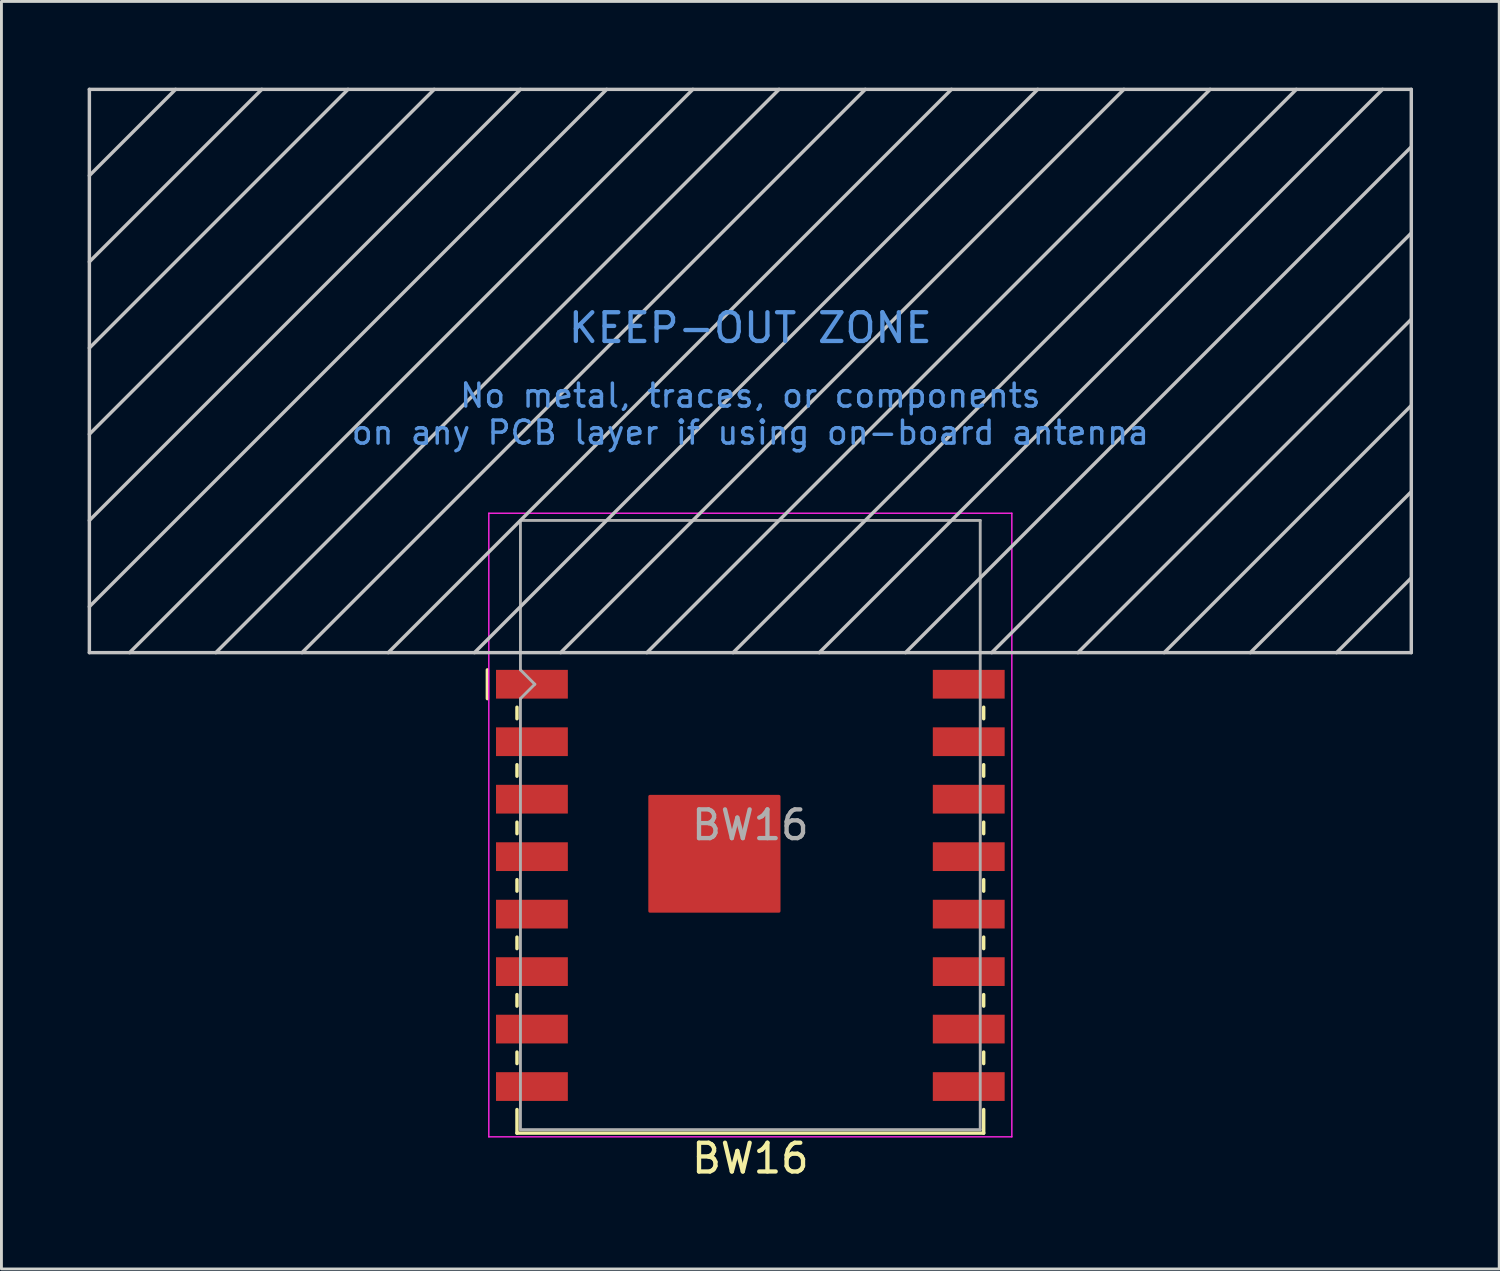
<source format=kicad_pcb>
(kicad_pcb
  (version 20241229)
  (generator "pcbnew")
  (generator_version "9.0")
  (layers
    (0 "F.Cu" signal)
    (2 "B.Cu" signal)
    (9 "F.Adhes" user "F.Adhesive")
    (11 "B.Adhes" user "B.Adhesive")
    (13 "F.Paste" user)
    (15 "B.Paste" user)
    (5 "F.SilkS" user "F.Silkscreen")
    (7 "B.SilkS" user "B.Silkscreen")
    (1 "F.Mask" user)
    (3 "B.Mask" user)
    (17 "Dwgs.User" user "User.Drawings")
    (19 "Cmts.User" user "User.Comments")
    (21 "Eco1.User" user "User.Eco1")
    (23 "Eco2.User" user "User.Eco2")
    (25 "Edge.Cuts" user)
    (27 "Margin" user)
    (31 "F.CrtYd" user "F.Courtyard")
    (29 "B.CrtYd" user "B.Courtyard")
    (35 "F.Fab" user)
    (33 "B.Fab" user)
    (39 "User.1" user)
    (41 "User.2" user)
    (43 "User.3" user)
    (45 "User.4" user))
  (footprint "BW16"
    (layer "F.Cu")
    (at 23.06 25.66)
    (property "Reference" "BW16" (at 0 11.6 0) (layer "F.SilkS") (effects (font (size 1 1) (thickness 0.15))))
    (attr smd)
    (fp_line (start -9.15 -5.4) (end -9.15 -4.4) (stroke (width 0.12) (type solid)) (layer "F.SilkS"))
    (fp_line (start -8.12 -3.7) (end -8.12 -4.1) (stroke (width 0.12) (type solid)) (layer "F.SilkS"))
    (fp_line (start -8.12 -1.7) (end -8.12 -2.1) (stroke (width 0.12) (type solid)) (layer "F.SilkS"))
    (fp_line (start -8.12 0.3) (end -8.12 -0.1) (stroke (width 0.12) (type solid)) (layer "F.SilkS"))
    (fp_line (start -8.12 2.3) (end -8.12 1.9) (stroke (width 0.12) (type solid)) (layer "F.SilkS"))
    (fp_line (start -8.12 4.3) (end -8.12 3.9) (stroke (width 0.12) (type solid)) (layer "F.SilkS"))
    (fp_line (start -8.12 6.3) (end -8.12 5.9) (stroke (width 0.12) (type solid)) (layer "F.SilkS"))
    (fp_line (start -8.12 8.3) (end -8.12 7.9) (stroke (width 0.12) (type solid)) (layer "F.SilkS"))
    (fp_line (start -8.12 10.72) (end -8.12 9.9) (stroke (width 0.12) (type solid)) (layer "F.SilkS"))
    (fp_line (start 8.12 -3.7) (end 8.12 -4.1) (stroke (width 0.12) (type solid)) (layer "F.SilkS"))
    (fp_line (start 8.12 -1.7) (end 8.12 -2.1) (stroke (width 0.12) (type solid)) (layer "F.SilkS"))
    (fp_line (start 8.12 0.3) (end 8.12 -0.1) (stroke (width 0.12) (type solid)) (layer "F.SilkS"))
    (fp_line (start 8.12 2.3) (end 8.12 1.9) (stroke (width 0.12) (type solid)) (layer "F.SilkS"))
    (fp_line (start 8.12 4.3) (end 8.12 3.9) (stroke (width 0.12) (type solid)) (layer "F.SilkS"))
    (fp_line (start 8.12 6.3) (end 8.12 5.9) (stroke (width 0.12) (type solid)) (layer "F.SilkS"))
    (fp_line (start 8.12 8.3) (end 8.12 7.9) (stroke (width 0.12) (type solid)) (layer "F.SilkS"))
    (fp_line (start 8.12 9.9) (end 8.12 10.72) (stroke (width 0.12) (type solid)) (layer "F.SilkS"))
    (fp_line (start 8.12 10.72) (end -8.12 10.72) (stroke (width 0.12) (type solid)) (layer "F.SilkS"))
    (fp_line (start -23 -25.6) (end -23 -6) (stroke (width 0.12) (type solid)) (layer "Dwgs.User"))
    (fp_line (start -23 -25.6) (end 23 -25.6) (stroke (width 0.12) (type solid)) (layer "Dwgs.User"))
    (fp_line (start -20 -25.6) (end -23 -22.6) (stroke (width 0.12) (type solid)) (layer "Dwgs.User"))
    (fp_line (start -17 -25.6) (end -23 -19.6) (stroke (width 0.12) (type solid)) (layer "Dwgs.User"))
    (fp_line (start -15.6 -6) (end 4 -25.6) (stroke (width 0.12) (type solid)) (layer "Dwgs.User"))
    (fp_line (start -14 -25.6) (end -23 -16.6) (stroke (width 0.12) (type solid)) (layer "Dwgs.User"))
    (fp_line (start -11 -25.6) (end -23 -13.6) (stroke (width 0.12) (type solid)) (layer "Dwgs.User"))
    (fp_line (start -8 -25.6) (end -23 -10.6) (stroke (width 0.12) (type solid)) (layer "Dwgs.User"))
    (fp_line (start -6.6 -6) (end 13 -25.6) (stroke (width 0.12) (type solid)) (layer "Dwgs.User"))
    (fp_line (start -5 -25.6) (end -23 -7.6) (stroke (width 0.12) (type solid)) (layer "Dwgs.User"))
    (fp_line (start -2 -25.6) (end -21.6 -6) (stroke (width 0.12) (type solid)) (layer "Dwgs.User"))
    (fp_line (start 1 -25.6) (end -18.6 -6) (stroke (width 0.12) (type solid)) (layer "Dwgs.User"))
    (fp_line (start 2.4 -6) (end 22 -25.6) (stroke (width 0.12) (type solid)) (layer "Dwgs.User"))
    (fp_line (start 5.4 -6) (end 23 -23.6) (stroke (width 0.12) (type solid)) (layer "Dwgs.User"))
    (fp_line (start 7 -25.6) (end -12.6 -6) (stroke (width 0.12) (type solid)) (layer "Dwgs.User"))
    (fp_line (start 10 -25.6) (end -9.6 -6) (stroke (width 0.12) (type solid)) (layer "Dwgs.User"))
    (fp_line (start 16 -25.6) (end -3.6 -6) (stroke (width 0.12) (type solid)) (layer "Dwgs.User"))
    (fp_line (start 19 -25.6) (end -0.6 -6) (stroke (width 0.12) (type solid)) (layer "Dwgs.User"))
    (fp_line (start 23 -20.6) (end 8.4 -6) (stroke (width 0.12) (type solid)) (layer "Dwgs.User"))
    (fp_line (start 23 -17.6) (end 11.4 -6) (stroke (width 0.12) (type solid)) (layer "Dwgs.User"))
    (fp_line (start 23 -14.6) (end 14.4 -6) (stroke (width 0.12) (type solid)) (layer "Dwgs.User"))
    (fp_line (start 23 -11.6) (end 17.4 -6) (stroke (width 0.12) (type solid)) (layer "Dwgs.User"))
    (fp_line (start 23 -8.6) (end 20.4 -6) (stroke (width 0.12) (type solid)) (layer "Dwgs.User"))
    (fp_line (start 23 -6) (end -23 -6) (stroke (width 0.12) (type solid)) (layer "Dwgs.User"))
    (fp_line (start 23 -6) (end 23 -25.6) (stroke (width 0.12) (type solid)) (layer "Dwgs.User"))
    (fp_line (start -9.1 -10.85) (end 9.1 -10.85) (stroke (width 0.05) (type solid)) (layer "F.CrtYd"))
    (fp_line (start -9.1 10.85) (end -9.1 -10.85) (stroke (width 0.05) (type solid)) (layer "F.CrtYd"))
    (fp_line (start 9.1 -10.85) (end 9.1 10.85) (stroke (width 0.05) (type solid)) (layer "F.CrtYd"))
    (fp_line (start 9.1 10.85) (end -9.1 10.85) (stroke (width 0.05) (type solid)) (layer "F.CrtYd"))
    (fp_line (start -8 -10.6) (end 8 -10.6) (stroke (width 0.1) (type solid)) (layer "F.Fab"))
    (fp_line (start -8 -5.4) (end -8 -10.6) (stroke (width 0.1) (type solid)) (layer "F.Fab"))
    (fp_line (start -8 -4.4) (end -7.5 -4.9) (stroke (width 0.1) (type solid)) (layer "F.Fab"))
    (fp_line (start -8 10.6) (end -8 -4.4) (stroke (width 0.1) (type solid)) (layer "F.Fab"))
    (fp_line (start -7.5 -4.9) (end -8 -5.4) (stroke (width 0.1) (type solid)) (layer "F.Fab"))
    (fp_line (start 8 -10.6) (end 8 10.6) (stroke (width 0.1) (type solid)) (layer "F.Fab"))
    (fp_line (start 8 10.6) (end -8 10.6) (stroke (width 0.1) (type solid)) (layer "F.Fab"))
    (fp_text user "KEEP-OUT ZONE" (at 0 -17.3 180) (layer "Cmts.User") (effects (font (size 1 1) (thickness 0.15))))
    (fp_text user "No metal, traces, or components\non any PCB layer if using on-board antenna" (at 0 -14.3 180) (layer "Cmts.User") (effects (font (size 0.8 0.8) (thickness 0.12))))
    (fp_text user "${REFERENCE}" (at 0 0 0) (layer "F.Fab") (effects (font (size 1 1) (thickness 0.15))))
    (pad "1" smd rect (at -7.6 -4.9) (size 2.5 1) (layers "F.Cu" "F.Mask" "F.Paste"))
    (pad "2" smd rect (at -7.6 -2.9) (size 2.5 1) (layers "F.Cu" "F.Mask" "F.Paste"))
    (pad "3" smd rect (at -7.6 -0.9) (size 2.5 1) (layers "F.Cu" "F.Mask" "F.Paste"))
    (pad "4" smd rect (at -7.6 1.1) (size 2.5 1) (layers "F.Cu" "F.Mask" "F.Paste"))
    (pad "5" smd rect (at -7.6 3.1) (size 2.5 1) (layers "F.Cu" "F.Mask" "F.Paste"))
    (pad "6" smd rect (at -7.6 5.1) (size 2.5 1) (layers "F.Cu" "F.Mask" "F.Paste"))
    (pad "7" smd rect (at -7.6 7.1) (size 2.5 1) (layers "F.Cu" "F.Mask" "F.Paste"))
    (pad "8" smd rect (at -7.6 9.1) (size 2.5 1) (layers "F.Cu" "F.Mask" "F.Paste"))
    (pad "9" smd rect (at 7.6 9.1) (size 2.5 1) (layers "F.Cu" "F.Mask" "F.Paste"))
    (pad "10" smd rect (at 7.6 7.1) (size 2.5 1) (layers "F.Cu" "F.Mask" "F.Paste"))
    (pad "11" smd rect (at 7.6 5.1) (size 2.5 1) (layers "F.Cu" "F.Mask" "F.Paste"))
    (pad "12" smd rect (at 7.6 3.1) (size 2.5 1) (layers "F.Cu" "F.Mask" "F.Paste"))
    (pad "13" smd rect (at 7.6 1.1) (size 2.5 1) (layers "F.Cu" "F.Mask" "F.Paste"))
    (pad "14" smd rect (at 7.6 -0.9) (size 2.5 1) (layers "F.Cu" "F.Mask" "F.Paste"))
    (pad "15" smd rect (at 7.6 -2.9) (size 2.5 1) (layers "F.Cu" "F.Mask" "F.Paste"))
    (pad "16" smd rect (at 7.6 -4.9) (size 2.5 1) (layers "F.Cu" "F.Mask" "F.Paste"))
    (pad "17" smd custom (at 0 0) (size 1.524 1.524) (layers "F.Cu" "F.Mask" "F.Paste") (options (anchor rect)) (primitives (gr_poly (pts (xy 1 3) (xy -3.5 3) (xy -3.5 -1) (xy 1 -1)) (width 0.1) (fill yes)))))
  (gr_rect
    (start -3 -3)
    (end 49.12 41.108)
    (stroke (width 0.1) (type default))
    (fill no)
    (layer "Edge.Cuts")))
</source>
